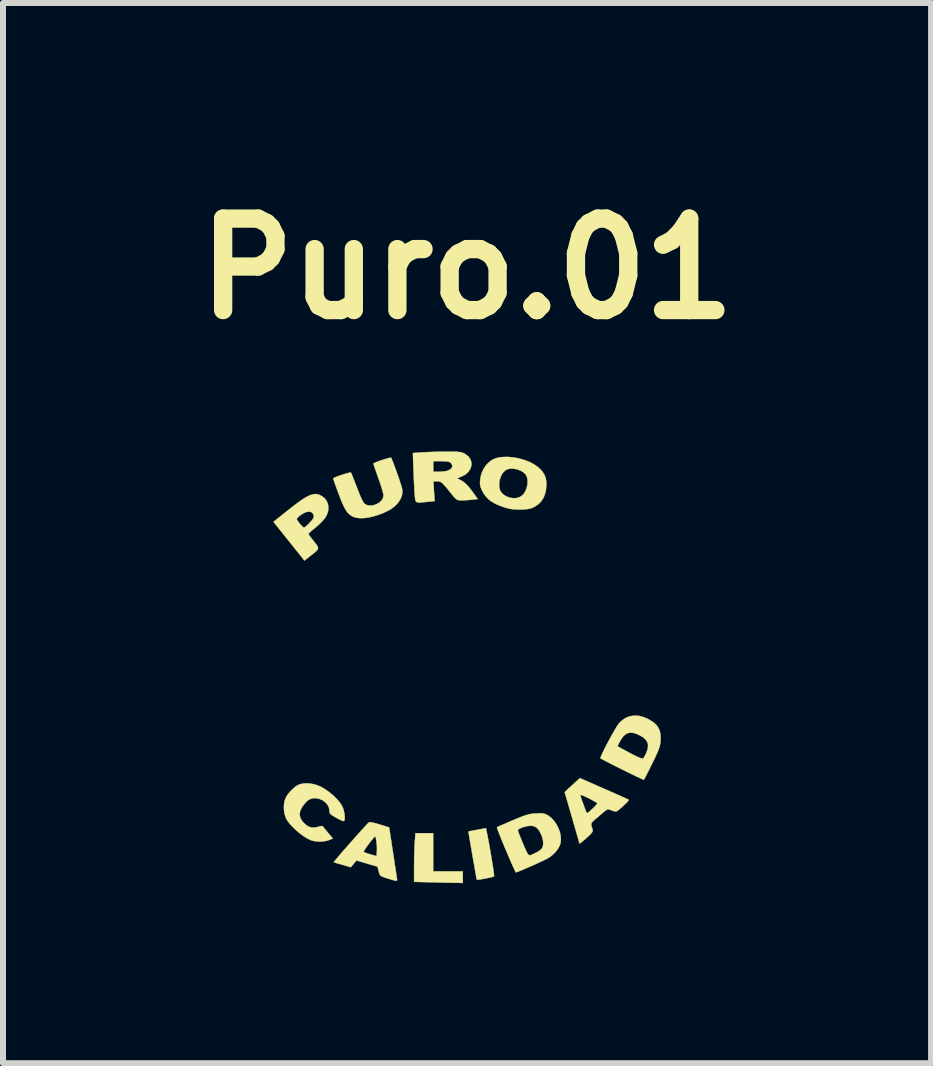
<source format=kicad_pcb>
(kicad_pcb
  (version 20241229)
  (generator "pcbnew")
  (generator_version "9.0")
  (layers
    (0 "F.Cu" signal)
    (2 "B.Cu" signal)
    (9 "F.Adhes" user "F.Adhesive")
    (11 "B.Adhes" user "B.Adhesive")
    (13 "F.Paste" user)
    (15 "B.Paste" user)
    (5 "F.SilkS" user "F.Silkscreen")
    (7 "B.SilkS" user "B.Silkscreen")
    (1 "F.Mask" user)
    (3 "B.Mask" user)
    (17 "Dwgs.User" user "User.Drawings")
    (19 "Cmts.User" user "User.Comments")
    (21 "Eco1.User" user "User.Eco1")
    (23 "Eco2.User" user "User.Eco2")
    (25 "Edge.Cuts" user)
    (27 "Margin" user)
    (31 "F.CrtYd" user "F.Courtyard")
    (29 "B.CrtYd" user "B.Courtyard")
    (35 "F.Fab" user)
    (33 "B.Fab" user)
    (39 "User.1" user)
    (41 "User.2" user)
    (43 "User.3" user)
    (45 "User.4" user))
  (footprint "Puro.01"
    (layer "F.Cu")
    (at 4.732 8.068)
    (property "Reference" "Puro.01" (at 0 -6.641 0) (layer "F.SilkS") (effects (font (size 1.524 1.524) (thickness 0.305))))
    (attr smd)
    (fp_poly (pts (xy 0.158 3.527) (xy 0.156 3.516) (xy 0.152 3.491) (xy 0.145 3.453) (xy 0.137 3.404) (xy 0.127 3.345) (xy 0.115 3.277) (xy 0.102 3.204) (xy 0.088 3.126) (xy 0.075 3.048) (xy 0.062 2.975) (xy 0.051 2.909) (xy 0.041 2.851) (xy 0.033 2.803) (xy 0.027 2.767) (xy 0.024 2.744) (xy 0.023 2.736) (xy 0.026 2.734) (xy 0.035 2.732) (xy 0.049 2.73) (xy 0.067 2.726) (xy 0.089 2.722) (xy 0.114 2.717) (xy 0.141 2.712) (xy 0.171 2.707) (xy 0.189 2.704) (xy 0.207 2.7) (xy 0.225 2.697) (xy 0.243 2.694) (xy 0.261 2.69) (xy 0.279 2.687) (xy 0.297 2.684) (xy 0.315 2.68) (xy 0.318 2.692) (xy 0.32 2.703) (xy 0.322 2.714) (xy 0.324 2.726) (xy 0.327 2.737) (xy 0.329 2.748) (xy 0.331 2.759) (xy 0.333 2.771) (xy 0.353 2.872) (xy 0.374 2.985) (xy 0.394 3.103) (xy 0.413 3.217) (xy 0.43 3.319) (xy 0.442 3.403) (xy 0.449 3.461) (xy 0.45 3.483) (xy 0.437 3.488) (xy 0.409 3.496) (xy 0.371 3.505) (xy 0.327 3.514) (xy 0.281 3.523) (xy 0.238 3.531) (xy 0.203 3.537) (xy 0.18 3.539) (xy 0.176 3.539) (xy 0.171 3.538) (xy 0.168 3.537) (xy 0.164 3.536) (xy 0.162 3.534) (xy 0.159 3.532) (xy 0.158 3.529) (xy 0.158 3.526) (xy 0.158 3.526) (xy 0.158 3.526) (xy 0.158 3.526) (xy 0.158 3.526) (xy 0.158 3.526) (xy 0.158 3.527)) (stroke (width 0.006) (type solid)) (fill yes) (layer "F.SilkS"))
    (fp_poly (pts (xy -1.895 -2.507) (xy -1.93 -2.526) (xy -1.961 -2.549) (xy -1.99 -2.578) (xy -2.018 -2.616) (xy -2.045 -2.664) (xy -2.074 -2.724) (xy -2.105 -2.799) (xy -2.139 -2.889) (xy -2.158 -2.94) (xy -2.176 -2.988) (xy -2.192 -3.032) (xy -2.205 -3.071) (xy -2.216 -3.103) (xy -2.224 -3.127) (xy -2.229 -3.143) (xy -2.23 -3.149) (xy -2.213 -3.159) (xy -2.178 -3.174) (xy -2.132 -3.191) (xy -2.081 -3.208) (xy -2.029 -3.224) (xy -1.984 -3.237) (xy -1.951 -3.245) (xy -1.936 -3.245) (xy -1.932 -3.237) (xy -1.925 -3.221) (xy -1.914 -3.197) (xy -1.902 -3.166) (xy -1.887 -3.129) (xy -1.871 -3.087) (xy -1.853 -3.042) (xy -1.835 -2.994) (xy -1.815 -2.943) (xy -1.796 -2.895) (xy -1.778 -2.852) (xy -1.76 -2.814) (xy -1.744 -2.781) (xy -1.73 -2.755) (xy -1.718 -2.736) (xy -1.708 -2.725) (xy -1.666 -2.702) (xy -1.617 -2.694) (xy -1.565 -2.699) (xy -1.513 -2.716) (xy -1.466 -2.742) (xy -1.428 -2.776) (xy -1.402 -2.816) (xy -1.392 -2.861) (xy -1.394 -2.877) (xy -1.399 -2.901) (xy -1.407 -2.932) (xy -1.417 -2.969) (xy -1.43 -3.011) (xy -1.445 -3.057) (xy -1.461 -3.104) (xy -1.478 -3.153) (xy -1.496 -3.201) (xy -1.511 -3.246) (xy -1.526 -3.287) (xy -1.538 -3.323) (xy -1.548 -3.352) (xy -1.555 -3.375) (xy -1.559 -3.39) (xy -1.56 -3.396) (xy -1.542 -3.406) (xy -1.508 -3.421) (xy -1.462 -3.438) (xy -1.41 -3.455) (xy -1.359 -3.471) (xy -1.314 -3.484) (xy -1.281 -3.492) (xy -1.266 -3.492) (xy -1.253 -3.466) (xy -1.231 -3.41) (xy -1.202 -3.333) (xy -1.17 -3.244) (xy -1.138 -3.154) (xy -1.111 -3.071) (xy -1.09 -3.005) (xy -1.08 -2.965) (xy -1.077 -2.916) (xy -1.085 -2.866) (xy -1.103 -2.816) (xy -1.131 -2.768) (xy -1.167 -2.722) (xy -1.211 -2.679) (xy -1.262 -2.64) (xy -1.32 -2.607) (xy -1.403 -2.568) (xy -1.487 -2.537) (xy -1.568 -2.512) (xy -1.646 -2.495) (xy -1.719 -2.486) (xy -1.786 -2.485) (xy -1.845 -2.492) (xy -1.895 -2.507) (xy -1.895 -2.507) (xy -1.895 -2.507)) (stroke (width 0.006) (type solid)) (fill yes) (layer "F.SilkS"))
    (fp_poly (pts (xy 0.673 -2.65) (xy 0.909 -2.856) (xy 0.944 -2.89) (xy 0.971 -2.935) (xy 0.992 -2.985) (xy 1.004 -3.038) (xy 1.009 -3.092) (xy 1.005 -3.142) (xy 0.992 -3.186) (xy 0.969 -3.222) (xy 0.935 -3.251) (xy 0.895 -3.275) (xy 0.85 -3.293) (xy 0.804 -3.305) (xy 0.757 -3.311) (xy 0.713 -3.309) (xy 0.672 -3.3) (xy 0.638 -3.282) (xy 0.604 -3.25) (xy 0.576 -3.208) (xy 0.554 -3.159) (xy 0.54 -3.106) (xy 0.534 -3.052) (xy 0.536 -3) (xy 0.548 -2.953) (xy 0.569 -2.915) (xy 0.602 -2.881) (xy 0.642 -2.854) (xy 0.687 -2.834) (xy 0.735 -2.822) (xy 0.783 -2.817) (xy 0.83 -2.821) (xy 0.872 -2.834) (xy 0.909 -2.856) (xy 0.909 -2.856) (xy 0.909 -2.856) (xy 0.673 -2.65) (xy 0.592 -2.675) (xy 0.52 -2.703) (xy 0.457 -2.732) (xy 0.403 -2.765) (xy 0.356 -2.801) (xy 0.317 -2.841) (xy 0.283 -2.885) (xy 0.255 -2.935) (xy 0.242 -2.962) (xy 0.232 -2.987) (xy 0.224 -3.009) (xy 0.219 -3.03) (xy 0.216 -3.051) (xy 0.215 -3.073) (xy 0.216 -3.097) (xy 0.218 -3.125) (xy 0.229 -3.188) (xy 0.248 -3.248) (xy 0.275 -3.305) (xy 0.308 -3.356) (xy 0.347 -3.4) (xy 0.391 -3.438) (xy 0.439 -3.467) (xy 0.49 -3.487) (xy 0.573 -3.502) (xy 0.664 -3.506) (xy 0.76 -3.499) (xy 0.858 -3.482) (xy 0.953 -3.455) (xy 1.042 -3.421) (xy 1.122 -3.378) (xy 1.189 -3.329) (xy 1.226 -3.294) (xy 1.256 -3.26) (xy 1.28 -3.224) (xy 1.298 -3.187) (xy 1.311 -3.148) (xy 1.319 -3.106) (xy 1.322 -3.06) (xy 1.32 -3.009) (xy 1.314 -2.954) (xy 1.302 -2.903) (xy 1.287 -2.856) (xy 1.266 -2.813) (xy 1.241 -2.774) (xy 1.211 -2.74) (xy 1.176 -2.709) (xy 1.136 -2.682) (xy 1.112 -2.669) (xy 1.089 -2.658) (xy 1.066 -2.649) (xy 1.042 -2.643) (xy 1.016 -2.638) (xy 0.986 -2.634) (xy 0.952 -2.631) (xy 0.911 -2.629) (xy 0.878 -2.628) (xy 0.845 -2.629) (xy 0.813 -2.63) (xy 0.781 -2.632) (xy 0.751 -2.635) (xy 0.723 -2.639) (xy 0.697 -2.644) (xy 0.673 -2.65) (xy 0.673 -2.65) (xy 0.673 -2.65)) (stroke (width 0.006) (type solid)) (fill yes) (layer "F.SilkS"))
    (fp_poly (pts (xy 2.583 1.702) (xy 2.505 1.315) (xy 2.523 1.325) (xy 2.542 1.335) (xy 2.56 1.346) (xy 2.579 1.356) (xy 2.598 1.366) (xy 2.616 1.376) (xy 2.635 1.386) (xy 2.654 1.396) (xy 2.717 1.431) (xy 2.772 1.459) (xy 2.817 1.481) (xy 2.854 1.498) (xy 2.884 1.51) (xy 2.907 1.517) (xy 2.923 1.519) (xy 2.933 1.517) (xy 2.937 1.513) (xy 2.942 1.507) (xy 2.948 1.499) (xy 2.954 1.489) (xy 2.961 1.477) (xy 2.968 1.464) (xy 2.975 1.449) (xy 2.982 1.435) (xy 2.982 1.435) (xy 2.982 1.435) (xy 3.002 1.383) (xy 3.013 1.336) (xy 3.015 1.294) (xy 3.007 1.256) (xy 2.989 1.222) (xy 2.961 1.19) (xy 2.923 1.16) (xy 2.874 1.132) (xy 2.817 1.107) (xy 2.766 1.092) (xy 2.72 1.089) (xy 2.678 1.096) (xy 2.641 1.115) (xy 2.606 1.146) (xy 2.573 1.189) (xy 2.541 1.243) (xy 2.537 1.252) (xy 2.532 1.261) (xy 2.527 1.27) (xy 2.523 1.279) (xy 2.518 1.288) (xy 2.514 1.297) (xy 2.509 1.306) (xy 2.505 1.315) (xy 2.583 1.702) (xy 2.512 1.666) (xy 2.446 1.633) (xy 2.385 1.602) (xy 2.332 1.575) (xy 2.287 1.552) (xy 2.253 1.534) (xy 2.231 1.522) (xy 2.222 1.517) (xy 2.228 1.491) (xy 2.255 1.43) (xy 2.296 1.345) (xy 2.347 1.247) (xy 2.402 1.146) (xy 2.454 1.054) (xy 2.499 0.979) (xy 2.531 0.934) (xy 2.586 0.88) (xy 2.648 0.84) (xy 2.714 0.815) (xy 2.784 0.805) (xy 2.858 0.808) (xy 2.934 0.827) (xy 3.013 0.86) (xy 3.092 0.907) (xy 3.127 0.935) (xy 3.156 0.964) (xy 3.18 0.997) (xy 3.199 1.032) (xy 3.213 1.071) (xy 3.221 1.114) (xy 3.225 1.161) (xy 3.224 1.213) (xy 3.221 1.25) (xy 3.216 1.284) (xy 3.209 1.318) (xy 3.196 1.356) (xy 3.179 1.4) (xy 3.156 1.453) (xy 3.125 1.519) (xy 3.086 1.599) (xy 3.059 1.653) (xy 3.034 1.704) (xy 3.011 1.75) (xy 2.99 1.79) (xy 2.973 1.824) (xy 2.959 1.85) (xy 2.95 1.866) (xy 2.945 1.873) (xy 2.936 1.87) (xy 2.914 1.861) (xy 2.88 1.846) (xy 2.835 1.825) (xy 2.782 1.799) (xy 2.721 1.77) (xy 2.654 1.737) (xy 2.583 1.702) (xy 2.583 1.702) (xy 2.583 1.702)) (stroke (width 0.006) (type solid)) (fill yes) (layer "F.SilkS"))
    (fp_poly (pts (xy -0.667 3.58) (xy -0.694 3.579) (xy -0.721 3.579) (xy -0.748 3.578) (xy -0.775 3.577) (xy -0.802 3.576) (xy -0.829 3.576) (xy -0.856 3.575) (xy -0.883 3.574) (xy -0.883 3.542) (xy -0.883 3.509) (xy -0.883 3.477) (xy -0.883 3.445) (xy -0.883 3.412) (xy -0.883 3.38) (xy -0.883 3.347) (xy -0.883 3.315) (xy -0.882 3.26) (xy -0.882 3.202) (xy -0.881 3.145) (xy -0.879 3.089) (xy -0.877 3.035) (xy -0.876 2.987) (xy -0.873 2.944) (xy -0.871 2.91) (xy -0.87 2.891) (xy -0.868 2.873) (xy -0.867 2.855) (xy -0.865 2.837) (xy -0.864 2.819) (xy -0.863 2.8) (xy -0.861 2.782) (xy -0.86 2.764) (xy -0.841 2.764) (xy -0.823 2.764) (xy -0.805 2.764) (xy -0.786 2.764) (xy -0.768 2.764) (xy -0.749 2.764) (xy -0.731 2.764) (xy -0.713 2.764) (xy -0.694 2.764) (xy -0.676 2.764) (xy -0.657 2.764) (xy -0.639 2.764) (xy -0.62 2.764) (xy -0.602 2.764) (xy -0.584 2.764) (xy -0.565 2.764) (xy -0.565 2.804) (xy -0.565 2.843) (xy -0.565 2.883) (xy -0.565 2.923) (xy -0.565 2.962) (xy -0.565 3.002) (xy -0.565 3.042) (xy -0.565 3.082) (xy -0.565 3.121) (xy -0.565 3.161) (xy -0.565 3.201) (xy -0.565 3.24) (xy -0.565 3.28) (xy -0.565 3.32) (xy -0.565 3.359) (xy -0.565 3.399) (xy -0.534 3.399) (xy -0.503 3.399) (xy -0.473 3.399) (xy -0.442 3.399) (xy -0.411 3.399) (xy -0.38 3.399) (xy -0.349 3.399) (xy -0.318 3.399) (xy -0.287 3.399) (xy -0.257 3.399) (xy -0.226 3.399) (xy -0.195 3.399) (xy -0.164 3.399) (xy -0.133 3.399) (xy -0.102 3.399) (xy -0.071 3.399) (xy -0.071 3.411) (xy -0.071 3.423) (xy -0.071 3.435) (xy -0.071 3.448) (xy -0.071 3.46) (xy -0.071 3.472) (xy -0.071 3.484) (xy -0.071 3.496) (xy -0.071 3.508) (xy -0.071 3.52) (xy -0.071 3.532) (xy -0.071 3.545) (xy -0.071 3.557) (xy -0.071 3.569) (xy -0.071 3.581) (xy -0.071 3.593) (xy -0.095 3.593) (xy -0.119 3.592) (xy -0.142 3.592) (xy -0.166 3.591) (xy -0.19 3.591) (xy -0.214 3.591) (xy -0.237 3.59) (xy -0.261 3.59) (xy -0.303 3.589) (xy -0.352 3.588) (xy -0.404 3.587) (xy -0.458 3.585) (xy -0.514 3.584) (xy -0.568 3.582) (xy -0.619 3.581) (xy -0.667 3.58) (xy -0.667 3.58) (xy -0.667 3.58) (xy -0.667 3.58) (xy -0.667 3.58) (xy -0.667 3.58) (xy -0.667 3.58)) (stroke (width 0.006) (type solid)) (fill yes) (layer "F.SilkS"))
    (fp_poly (pts (xy 0.646 3.045) (xy 0.615 2.97) (xy 0.852 2.703) (xy 0.846 2.714) (xy 0.851 2.733) (xy 0.864 2.77) (xy 0.884 2.821) (xy 0.908 2.879) (xy 0.933 2.941) (xy 0.958 2.999) (xy 0.98 3.049) (xy 0.998 3.085) (xy 1.009 3.105) (xy 1.019 3.119) (xy 1.029 3.128) (xy 1.042 3.131) (xy 1.059 3.129) (xy 1.081 3.121) (xy 1.109 3.108) (xy 1.146 3.09) (xy 1.146 3.09) (xy 1.146 3.09) (xy 1.146 3.09) (xy 1.164 3.081) (xy 1.181 3.071) (xy 1.197 3.06) (xy 1.213 3.049) (xy 1.226 3.039) (xy 1.237 3.029) (xy 1.246 3.02) (xy 1.251 3.012) (xy 1.26 2.991) (xy 1.265 2.967) (xy 1.268 2.94) (xy 1.267 2.911) (xy 1.264 2.881) (xy 1.257 2.85) (xy 1.248 2.819) (xy 1.235 2.788) (xy 1.217 2.75) (xy 1.198 2.718) (xy 1.179 2.693) (xy 1.159 2.673) (xy 1.137 2.658) (xy 1.113 2.648) (xy 1.087 2.642) (xy 1.058 2.641) (xy 1.027 2.643) (xy 0.992 2.648) (xy 0.957 2.657) (xy 0.923 2.667) (xy 0.893 2.679) (xy 0.868 2.691) (xy 0.852 2.703) (xy 0.615 2.97) (xy 0.586 2.9) (xy 0.56 2.836) (xy 0.538 2.78) (xy 0.52 2.733) (xy 0.507 2.698) (xy 0.499 2.675) (xy 0.497 2.666) (xy 0.504 2.662) (xy 0.52 2.655) (xy 0.545 2.643) (xy 0.577 2.629) (xy 0.616 2.612) (xy 0.66 2.593) (xy 0.708 2.572) (xy 0.759 2.55) (xy 0.834 2.519) (xy 0.896 2.494) (xy 0.948 2.474) (xy 0.992 2.46) (xy 1.031 2.449) (xy 1.068 2.442) (xy 1.105 2.438) (xy 1.146 2.435) (xy 1.185 2.433) (xy 1.217 2.432) (xy 1.244 2.433) (xy 1.267 2.436) (xy 1.288 2.44) (xy 1.307 2.447) (xy 1.327 2.456) (xy 1.349 2.468) (xy 1.401 2.507) (xy 1.448 2.557) (xy 1.489 2.616) (xy 1.522 2.68) (xy 1.547 2.748) (xy 1.561 2.816) (xy 1.563 2.881) (xy 1.554 2.941) (xy 1.541 2.974) (xy 1.524 3.007) (xy 1.503 3.04) (xy 1.478 3.072) (xy 1.449 3.102) (xy 1.418 3.131) (xy 1.384 3.157) (xy 1.348 3.18) (xy 1.304 3.203) (xy 1.236 3.236) (xy 1.152 3.274) (xy 1.061 3.315) (xy 0.973 3.353) (xy 0.897 3.386) (xy 0.841 3.408) (xy 0.814 3.417) (xy 0.808 3.409) (xy 0.797 3.387) (xy 0.781 3.353) (xy 0.76 3.307) (xy 0.735 3.252) (xy 0.708 3.189) (xy 0.678 3.119) (xy 0.646 3.045) (xy 0.646 3.045) (xy 0.646 3.045)) (stroke (width 0.006) (type solid)) (fill yes) (layer "F.SilkS"))
    (fp_poly (pts (xy -2.902 -2.019) (xy -2.623 -2.408) (xy -2.597 -2.436) (xy -2.577 -2.46) (xy -2.564 -2.479) (xy -2.556 -2.495) (xy -2.553 -2.51) (xy -2.554 -2.525) (xy -2.559 -2.541) (xy -2.568 -2.559) (xy -2.581 -2.576) (xy -2.599 -2.587) (xy -2.621 -2.593) (xy -2.647 -2.592) (xy -2.675 -2.587) (xy -2.706 -2.576) (xy -2.738 -2.56) (xy -2.771 -2.538) (xy -2.787 -2.526) (xy -2.801 -2.515) (xy -2.813 -2.503) (xy -2.823 -2.493) (xy -2.831 -2.483) (xy -2.836 -2.475) (xy -2.838 -2.468) (xy -2.837 -2.463) (xy -2.822 -2.439) (xy -2.806 -2.416) (xy -2.788 -2.393) (xy -2.771 -2.373) (xy -2.754 -2.355) (xy -2.739 -2.341) (xy -2.727 -2.332) (xy -2.718 -2.329) (xy -2.712 -2.331) (xy -2.703 -2.335) (xy -2.693 -2.342) (xy -2.681 -2.352) (xy -2.667 -2.364) (xy -2.653 -2.377) (xy -2.638 -2.392) (xy -2.623 -2.408) (xy -2.623 -2.408) (xy -2.623 -2.408) (xy -2.623 -2.408) (xy -2.623 -2.408) (xy -2.902 -2.019) (xy -2.942 -2.069) (xy -2.982 -2.119) (xy -3.021 -2.168) (xy -3.057 -2.213) (xy -3.09 -2.255) (xy -3.119 -2.291) (xy -3.143 -2.321) (xy -3.16 -2.342) (xy -3.168 -2.352) (xy -3.176 -2.363) (xy -3.184 -2.373) (xy -3.193 -2.383) (xy -3.201 -2.393) (xy -3.209 -2.404) (xy -3.217 -2.414) (xy -3.225 -2.424) (xy -3.195 -2.448) (xy -3.165 -2.472) (xy -3.135 -2.496) (xy -3.105 -2.52) (xy -3.075 -2.544) (xy -3.045 -2.568) (xy -3.015 -2.592) (xy -2.985 -2.616) (xy -2.867 -2.708) (xy -2.769 -2.78) (xy -2.688 -2.832) (xy -2.621 -2.866) (xy -2.563 -2.884) (xy -2.513 -2.887) (xy -2.467 -2.876) (xy -2.421 -2.853) (xy -2.382 -2.824) (xy -2.351 -2.788) (xy -2.329 -2.748) (xy -2.315 -2.703) (xy -2.311 -2.656) (xy -2.315 -2.607) (xy -2.329 -2.558) (xy -2.353 -2.509) (xy -2.364 -2.492) (xy -2.379 -2.472) (xy -2.398 -2.45) (xy -2.42 -2.427) (xy -2.443 -2.402) (xy -2.469 -2.378) (xy -2.494 -2.355) (xy -2.52 -2.333) (xy -2.545 -2.312) (xy -2.569 -2.293) (xy -2.59 -2.275) (xy -2.608 -2.259) (xy -2.623 -2.245) (xy -2.635 -2.234) (xy -2.642 -2.226) (xy -2.645 -2.223) (xy -2.643 -2.219) (xy -2.637 -2.21) (xy -2.629 -2.198) (xy -2.618 -2.183) (xy -2.605 -2.165) (xy -2.589 -2.145) (xy -2.573 -2.124) (xy -2.555 -2.101) (xy -2.521 -2.059) (xy -2.497 -2.026) (xy -2.485 -2) (xy -2.483 -1.978) (xy -2.494 -1.956) (xy -2.518 -1.931) (xy -2.555 -1.9) (xy -2.607 -1.86) (xy -2.62 -1.849) (xy -2.633 -1.839) (xy -2.646 -1.829) (xy -2.658 -1.819) (xy -2.671 -1.809) (xy -2.684 -1.799) (xy -2.697 -1.789) (xy -2.71 -1.778) (xy -2.734 -1.809) (xy -2.758 -1.839) (xy -2.782 -1.869) (xy -2.806 -1.899) (xy -2.83 -1.929) (xy -2.854 -1.959) (xy -2.878 -1.989) (xy -2.902 -2.019)) (stroke (width 0.006) (type solid)) (fill yes) (layer "F.SilkS"))
    (fp_poly (pts (xy -2.607 2.879) (xy -2.666 2.849) (xy -2.728 2.81) (xy -2.79 2.765) (xy -2.849 2.715) (xy -2.904 2.662) (xy -2.952 2.61) (xy -2.991 2.559) (xy -3.018 2.512) (xy -3.032 2.473) (xy -3.043 2.429) (xy -3.05 2.383) (xy -3.052 2.335) (xy -3.05 2.289) (xy -3.044 2.244) (xy -3.033 2.204) (xy -3.018 2.168) (xy -3 2.137) (xy -2.976 2.104) (xy -2.948 2.071) (xy -2.918 2.04) (xy -2.887 2.011) (xy -2.856 1.986) (xy -2.826 1.967) (xy -2.8 1.954) (xy -2.761 1.942) (xy -2.718 1.935) (xy -2.673 1.933) (xy -2.625 1.936) (xy -2.578 1.943) (xy -2.53 1.954) (xy -2.483 1.97) (xy -2.438 1.989) (xy -2.388 2.017) (xy -2.337 2.051) (xy -2.286 2.088) (xy -2.237 2.129) (xy -2.192 2.172) (xy -2.151 2.215) (xy -2.116 2.258) (xy -2.089 2.299) (xy -2.073 2.331) (xy -2.06 2.368) (xy -2.05 2.407) (xy -2.042 2.448) (xy -2.038 2.486) (xy -2.038 2.519) (xy -2.042 2.545) (xy -2.05 2.561) (xy -2.055 2.562) (xy -2.064 2.561) (xy -2.076 2.557) (xy -2.092 2.551) (xy -2.111 2.543) (xy -2.132 2.533) (xy -2.154 2.521) (xy -2.178 2.508) (xy -2.213 2.488) (xy -2.241 2.472) (xy -2.261 2.457) (xy -2.276 2.445) (xy -2.285 2.432) (xy -2.291 2.419) (xy -2.293 2.404) (xy -2.294 2.386) (xy -2.303 2.332) (xy -2.33 2.283) (xy -2.369 2.242) (xy -2.418 2.209) (xy -2.474 2.188) (xy -2.531 2.179) (xy -2.587 2.185) (xy -2.638 2.207) (xy -2.648 2.215) (xy -2.66 2.224) (xy -2.672 2.236) (xy -2.685 2.249) (xy -2.698 2.263) (xy -2.711 2.278) (xy -2.724 2.294) (xy -2.735 2.309) (xy -2.759 2.345) (xy -2.775 2.381) (xy -2.785 2.415) (xy -2.789 2.449) (xy -2.785 2.482) (xy -2.775 2.514) (xy -2.758 2.545) (xy -2.735 2.576) (xy -2.706 2.606) (xy -2.678 2.63) (xy -2.65 2.648) (xy -2.622 2.661) (xy -2.592 2.669) (xy -2.561 2.671) (xy -2.528 2.668) (xy -2.492 2.661) (xy -2.476 2.656) (xy -2.461 2.653) (xy -2.447 2.65) (xy -2.435 2.647) (xy -2.425 2.645) (xy -2.417 2.644) (xy -2.412 2.644) (xy -2.409 2.644) (xy -2.407 2.647) (xy -2.402 2.654) (xy -2.393 2.664) (xy -2.382 2.677) (xy -2.369 2.693) (xy -2.355 2.711) (xy -2.339 2.73) (xy -2.322 2.751) (xy -2.311 2.763) (xy -2.3 2.776) (xy -2.29 2.789) (xy -2.279 2.801) (xy -2.268 2.814) (xy -2.258 2.827) (xy -2.247 2.839) (xy -2.237 2.852) (xy -2.244 2.855) (xy -2.252 2.859) (xy -2.26 2.862) (xy -2.268 2.865) (xy -2.276 2.868) (xy -2.284 2.872) (xy -2.292 2.875) (xy -2.3 2.878) (xy -2.333 2.889) (xy -2.371 2.897) (xy -2.412 2.902) (xy -2.455 2.903) (xy -2.497 2.902) (xy -2.538 2.897) (xy -2.575 2.889) (xy -2.607 2.879) (xy -2.607 2.879) (xy -2.607 2.879)) (stroke (width 0.006) (type solid)) (fill yes) (layer "F.SilkS"))
    (fp_poly (pts (xy -1.331 3.516) (xy -1.509 2.91) (xy -1.511 2.891) (xy -1.514 2.874) (xy -1.517 2.858) (xy -1.52 2.845) (xy -1.524 2.833) (xy -1.527 2.825) (xy -1.53 2.82) (xy -1.532 2.818) (xy -1.546 2.829) (xy -1.571 2.857) (xy -1.604 2.897) (xy -1.639 2.944) (xy -1.673 2.99) (xy -1.701 3.031) (xy -1.719 3.062) (xy -1.724 3.075) (xy -1.72 3.078) (xy -1.712 3.081) (xy -1.701 3.086) (xy -1.687 3.091) (xy -1.671 3.097) (xy -1.653 3.103) (xy -1.633 3.109) (xy -1.612 3.115) (xy -1.599 3.119) (xy -1.586 3.123) (xy -1.573 3.127) (xy -1.56 3.131) (xy -1.547 3.134) (xy -1.535 3.138) (xy -1.522 3.142) (xy -1.509 3.146) (xy -1.508 3.137) (xy -1.507 3.128) (xy -1.507 3.119) (xy -1.506 3.11) (xy -1.505 3.101) (xy -1.505 3.092) (xy -1.504 3.083) (xy -1.503 3.074) (xy -1.502 3.058) (xy -1.502 3.039) (xy -1.502 3.018) (xy -1.502 2.996) (xy -1.503 2.974) (xy -1.505 2.952) (xy -1.507 2.93) (xy -1.509 2.91) (xy -1.509 2.91) (xy -1.509 2.91) (xy -1.331 3.516) (xy -1.371 3.503) (xy -1.401 3.492) (xy -1.424 3.482) (xy -1.44 3.472) (xy -1.451 3.46) (xy -1.459 3.444) (xy -1.466 3.425) (xy -1.472 3.399) (xy -1.475 3.389) (xy -1.477 3.38) (xy -1.479 3.37) (xy -1.482 3.36) (xy -1.484 3.351) (xy -1.486 3.341) (xy -1.489 3.331) (xy -1.491 3.321) (xy -1.513 3.315) (xy -1.535 3.308) (xy -1.557 3.302) (xy -1.579 3.296) (xy -1.601 3.289) (xy -1.623 3.283) (xy -1.645 3.276) (xy -1.667 3.27) (xy -1.689 3.263) (xy -1.711 3.257) (xy -1.733 3.25) (xy -1.755 3.244) (xy -1.777 3.237) (xy -1.798 3.231) (xy -1.82 3.224) (xy -1.842 3.218) (xy -1.848 3.225) (xy -1.854 3.232) (xy -1.86 3.239) (xy -1.866 3.246) (xy -1.872 3.253) (xy -1.878 3.26) (xy -1.884 3.267) (xy -1.889 3.274) (xy -1.895 3.281) (xy -1.901 3.288) (xy -1.907 3.295) (xy -1.913 3.302) (xy -1.919 3.309) (xy -1.925 3.317) (xy -1.931 3.324) (xy -1.937 3.331) (xy -1.954 3.326) (xy -1.971 3.321) (xy -1.989 3.316) (xy -2.006 3.311) (xy -2.023 3.306) (xy -2.041 3.301) (xy -2.058 3.296) (xy -2.075 3.291) (xy -2.104 3.283) (xy -2.13 3.275) (xy -2.154 3.268) (xy -2.176 3.262) (xy -2.193 3.256) (xy -2.207 3.252) (xy -2.217 3.249) (xy -2.221 3.247) (xy -2.199 3.218) (xy -2.137 3.144) (xy -2.047 3.04) (xy -1.942 2.921) (xy -1.836 2.801) (xy -1.741 2.695) (xy -1.669 2.617) (xy -1.635 2.583) (xy -1.628 2.581) (xy -1.615 2.581) (xy -1.597 2.583) (xy -1.574 2.587) (xy -1.548 2.593) (xy -1.52 2.6) (xy -1.489 2.609) (xy -1.457 2.618) (xy -1.437 2.625) (xy -1.417 2.631) (xy -1.397 2.637) (xy -1.377 2.643) (xy -1.358 2.649) (xy -1.338 2.656) (xy -1.318 2.662) (xy -1.298 2.668) (xy -1.29 2.722) (xy -1.282 2.776) (xy -1.274 2.83) (xy -1.265 2.884) (xy -1.257 2.938) (xy -1.249 2.992) (xy -1.241 3.046) (xy -1.232 3.1) (xy -1.219 3.187) (xy -1.207 3.268) (xy -1.195 3.343) (xy -1.185 3.409) (xy -1.177 3.463) (xy -1.171 3.506) (xy -1.167 3.533) (xy -1.166 3.545) (xy -1.167 3.551) (xy -1.172 3.554) (xy -1.182 3.556) (xy -1.197 3.554) (xy -1.219 3.549) (xy -1.248 3.541) (xy -1.285 3.53) (xy -1.331 3.516) (xy -1.331 3.516) (xy -1.331 3.516)) (stroke (width 0.006) (type solid)) (fill yes) (layer "F.SilkS"))
    (fp_poly (pts (xy 1.782 2.618) (xy 1.887 2.128) (xy 1.887 2.134) (xy 1.89 2.143) (xy 1.893 2.155) (xy 1.898 2.17) (xy 1.903 2.188) (xy 1.91 2.206) (xy 1.917 2.227) (xy 1.924 2.247) (xy 1.931 2.265) (xy 1.938 2.283) (xy 1.944 2.301) (xy 1.951 2.318) (xy 1.957 2.336) (xy 1.964 2.354) (xy 1.97 2.372) (xy 1.977 2.389) (xy 1.98 2.397) (xy 1.983 2.405) (xy 1.987 2.411) (xy 1.99 2.417) (xy 1.993 2.422) (xy 1.996 2.426) (xy 1.999 2.428) (xy 2.001 2.429) (xy 2.005 2.428) (xy 2.011 2.423) (xy 2.02 2.416) (xy 2.031 2.408) (xy 2.044 2.397) (xy 2.058 2.384) (xy 2.074 2.371) (xy 2.09 2.356) (xy 2.09 2.356) (xy 2.09 2.356) (xy 2.106 2.341) (xy 2.121 2.327) (xy 2.134 2.313) (xy 2.146 2.3) (xy 2.155 2.289) (xy 2.163 2.28) (xy 2.167 2.273) (xy 2.169 2.268) (xy 2.166 2.264) (xy 2.158 2.257) (xy 2.145 2.247) (xy 2.127 2.237) (xy 2.106 2.224) (xy 2.083 2.211) (xy 2.056 2.197) (xy 2.028 2.182) (xy 1.999 2.168) (xy 1.973 2.156) (xy 1.949 2.145) (xy 1.928 2.137) (xy 1.911 2.131) (xy 1.898 2.127) (xy 1.89 2.126) (xy 1.887 2.128) (xy 1.782 2.618) (xy 1.763 2.551) (xy 1.744 2.485) (xy 1.725 2.42) (xy 1.707 2.359) (xy 1.691 2.304) (xy 1.677 2.256) (xy 1.666 2.216) (xy 1.658 2.188) (xy 1.654 2.174) (xy 1.65 2.161) (xy 1.646 2.147) (xy 1.642 2.134) (xy 1.638 2.12) (xy 1.634 2.106) (xy 1.63 2.093) (xy 1.626 2.079) (xy 1.636 2.071) (xy 1.645 2.062) (xy 1.654 2.054) (xy 1.663 2.045) (xy 1.672 2.037) (xy 1.681 2.028) (xy 1.69 2.02) (xy 1.699 2.011) (xy 1.715 1.997) (xy 1.732 1.981) (xy 1.749 1.965) (xy 1.767 1.949) (xy 1.783 1.934) (xy 1.799 1.919) (xy 1.814 1.906) (xy 1.826 1.895) (xy 1.833 1.889) (xy 1.84 1.883) (xy 1.847 1.877) (xy 1.853 1.871) (xy 1.86 1.864) (xy 1.867 1.858) (xy 1.874 1.852) (xy 1.88 1.846) (xy 1.931 1.868) (xy 1.981 1.89) (xy 2.032 1.912) (xy 2.082 1.935) (xy 2.132 1.957) (xy 2.183 1.979) (xy 2.233 2.001) (xy 2.283 2.023) (xy 2.364 2.058) (xy 2.44 2.092) (xy 2.51 2.123) (xy 2.57 2.15) (xy 2.621 2.173) (xy 2.66 2.191) (xy 2.685 2.203) (xy 2.695 2.209) (xy 2.691 2.218) (xy 2.675 2.238) (xy 2.649 2.265) (xy 2.617 2.296) (xy 2.582 2.327) (xy 2.548 2.357) (xy 2.518 2.382) (xy 2.494 2.398) (xy 2.489 2.4) (xy 2.481 2.401) (xy 2.471 2.401) (xy 2.46 2.399) (xy 2.447 2.397) (xy 2.434 2.393) (xy 2.421 2.389) (xy 2.407 2.384) (xy 2.386 2.375) (xy 2.369 2.369) (xy 2.354 2.367) (xy 2.341 2.368) (xy 2.328 2.373) (xy 2.312 2.383) (xy 2.293 2.398) (xy 2.269 2.418) (xy 2.195 2.481) (xy 2.14 2.527) (xy 2.103 2.561) (xy 2.08 2.585) (xy 2.069 2.605) (xy 2.067 2.622) (xy 2.072 2.641) (xy 2.08 2.665) (xy 2.087 2.686) (xy 2.091 2.703) (xy 2.093 2.718) (xy 2.092 2.73) (xy 2.087 2.742) (xy 2.079 2.754) (xy 2.067 2.768) (xy 2.052 2.785) (xy 2.04 2.797) (xy 2.027 2.809) (xy 2.013 2.823) (xy 1.997 2.837) (xy 1.982 2.851) (xy 1.966 2.865) (xy 1.952 2.877) (xy 1.938 2.889) (xy 1.93 2.895) (xy 1.922 2.901) (xy 1.914 2.908) (xy 1.906 2.914) (xy 1.898 2.92) (xy 1.89 2.927) (xy 1.882 2.933) (xy 1.874 2.939) (xy 1.863 2.899) (xy 1.851 2.859) (xy 1.84 2.819) (xy 1.828 2.779) (xy 1.817 2.738) (xy 1.805 2.698) (xy 1.793 2.658) (xy 1.782 2.618) (xy 1.782 2.618) (xy 1.782 2.618) (xy 1.782 2.618) (xy 1.782 2.618)) (stroke (width 0.006) (type solid)) (fill yes) (layer "F.SilkS"))
    (fp_poly (pts (xy -0.869 -2.84) (xy -0.563 -3.435) (xy -0.563 -3.424) (xy -0.563 -3.413) (xy -0.563 -3.402) (xy -0.563 -3.391) (xy -0.563 -3.38) (xy -0.563 -3.369) (xy -0.563 -3.358) (xy -0.563 -3.347) (xy -0.563 -3.336) (xy -0.563 -3.324) (xy -0.563 -3.313) (xy -0.563 -3.302) (xy -0.563 -3.291) (xy -0.563 -3.28) (xy -0.563 -3.269) (xy -0.563 -3.258) (xy -0.551 -3.258) (xy -0.539 -3.258) (xy -0.527 -3.258) (xy -0.515 -3.258) (xy -0.503 -3.258) (xy -0.491 -3.258) (xy -0.479 -3.258) (xy -0.467 -3.258) (xy -0.447 -3.259) (xy -0.426 -3.26) (xy -0.405 -3.262) (xy -0.385 -3.264) (xy -0.366 -3.267) (xy -0.349 -3.27) (xy -0.334 -3.273) (xy -0.322 -3.277) (xy -0.322 -3.277) (xy -0.322 -3.277) (xy -0.322 -3.277) (xy -0.322 -3.277) (xy -0.295 -3.289) (xy -0.274 -3.303) (xy -0.259 -3.318) (xy -0.25 -3.335) (xy -0.246 -3.352) (xy -0.249 -3.37) (xy -0.258 -3.388) (xy -0.273 -3.407) (xy -0.282 -3.414) (xy -0.293 -3.42) (xy -0.307 -3.425) (xy -0.324 -3.428) (xy -0.345 -3.431) (xy -0.37 -3.433) (xy -0.399 -3.434) (xy -0.432 -3.435) (xy -0.448 -3.435) (xy -0.465 -3.435) (xy -0.481 -3.435) (xy -0.498 -3.435) (xy -0.514 -3.435) (xy -0.53 -3.435) (xy -0.547 -3.435) (xy -0.563 -3.435) (xy -0.869 -2.84) (xy -0.872 -2.865) (xy -0.874 -2.901) (xy -0.877 -2.946) (xy -0.88 -2.999) (xy -0.883 -3.057) (xy -0.886 -3.12) (xy -0.889 -3.185) (xy -0.891 -3.251) (xy -0.893 -3.291) (xy -0.894 -3.331) (xy -0.896 -3.371) (xy -0.897 -3.411) (xy -0.899 -3.451) (xy -0.9 -3.491) (xy -0.901 -3.53) (xy -0.903 -3.57) (xy -0.881 -3.572) (xy -0.859 -3.573) (xy -0.837 -3.575) (xy -0.816 -3.576) (xy -0.794 -3.577) (xy -0.772 -3.579) (xy -0.75 -3.58) (xy -0.729 -3.582) (xy -0.689 -3.584) (xy -0.643 -3.586) (xy -0.592 -3.588) (xy -0.539 -3.59) (xy -0.484 -3.591) (xy -0.429 -3.592) (xy -0.376 -3.593) (xy -0.327 -3.593) (xy -0.26 -3.593) (xy -0.206 -3.592) (xy -0.162 -3.59) (xy -0.128 -3.587) (xy -0.1 -3.582) (xy -0.076 -3.575) (xy -0.055 -3.567) (xy -0.034 -3.556) (xy 0.019 -3.516) (xy 0.054 -3.468) (xy 0.072 -3.416) (xy 0.072 -3.361) (xy 0.055 -3.307) (xy 0.022 -3.257) (xy -0.027 -3.213) (xy -0.091 -3.179) (xy -0.101 -3.175) (xy -0.11 -3.171) (xy -0.119 -3.168) (xy -0.129 -3.164) (xy -0.138 -3.16) (xy -0.147 -3.156) (xy -0.157 -3.153) (xy -0.166 -3.149) (xy -0.158 -3.145) (xy -0.151 -3.141) (xy -0.143 -3.137) (xy -0.135 -3.133) (xy -0.128 -3.129) (xy -0.12 -3.125) (xy -0.112 -3.121) (xy -0.104 -3.117) (xy -0.079 -3.102) (xy -0.054 -3.085) (xy -0.03 -3.065) (xy -0.005 -3.041) (xy 0.021 -3.013) (xy 0.049 -2.98) (xy 0.079 -2.94) (xy 0.113 -2.895) (xy 0.121 -2.883) (xy 0.129 -2.872) (xy 0.137 -2.861) (xy 0.145 -2.849) (xy 0.153 -2.838) (xy 0.161 -2.827) (xy 0.169 -2.816) (xy 0.177 -2.804) (xy 0.166 -2.803) (xy 0.154 -2.802) (xy 0.143 -2.8) (xy 0.131 -2.799) (xy 0.12 -2.797) (xy 0.108 -2.796) (xy 0.096 -2.795) (xy 0.085 -2.793) (xy 0.065 -2.791) (xy 0.043 -2.789) (xy 0.019 -2.787) (xy -0.005 -2.785) (xy -0.028 -2.784) (xy -0.051 -2.782) (xy -0.072 -2.782) (xy -0.09 -2.782) (xy -0.117 -2.782) (xy -0.139 -2.784) (xy -0.158 -2.789) (xy -0.176 -2.799) (xy -0.195 -2.815) (xy -0.218 -2.84) (xy -0.246 -2.873) (xy -0.283 -2.918) (xy -0.328 -2.975) (xy -0.365 -3.018) (xy -0.394 -3.05) (xy -0.418 -3.072) (xy -0.439 -3.087) (xy -0.459 -3.095) (xy -0.48 -3.098) (xy -0.504 -3.099) (xy -0.511 -3.099) (xy -0.519 -3.099) (xy -0.526 -3.099) (xy -0.533 -3.099) (xy -0.54 -3.099) (xy -0.548 -3.099) (xy -0.555 -3.099) (xy -0.562 -3.099) (xy -0.561 -3.078) (xy -0.559 -3.058) (xy -0.558 -3.037) (xy -0.557 -3.017) (xy -0.555 -2.996) (xy -0.554 -2.975) (xy -0.553 -2.955) (xy -0.551 -2.934) (xy -0.55 -2.914) (xy -0.549 -2.893) (xy -0.547 -2.872) (xy -0.546 -2.852) (xy -0.544 -2.831) (xy -0.543 -2.811) (xy -0.542 -2.79) (xy -0.54 -2.769) (xy -0.554 -2.768) (xy -0.568 -2.767) (xy -0.582 -2.765) (xy -0.596 -2.764) (xy -0.61 -2.762) (xy -0.624 -2.761) (xy -0.637 -2.76) (xy -0.651 -2.758) (xy -0.721 -2.751) (xy -0.773 -2.747) (xy -0.81 -2.746) (xy -0.835 -2.751) (xy -0.851 -2.761) (xy -0.86 -2.779) (xy -0.865 -2.805) (xy -0.869 -2.839) (xy -0.869 -2.839) (xy -0.869 -2.839) (xy -0.869 -2.839) (xy -0.869 -2.839) (xy -0.869 -2.84)) (stroke (width 0.006) (type solid)) (fill yes) (layer "F.SilkS")))
  (gr_rect
    (start -3 -3)
    (end 12.463 14.664)
    (stroke (width 0.1) (type default))
    (fill no)
    (layer "Edge.Cuts")))
</source>
